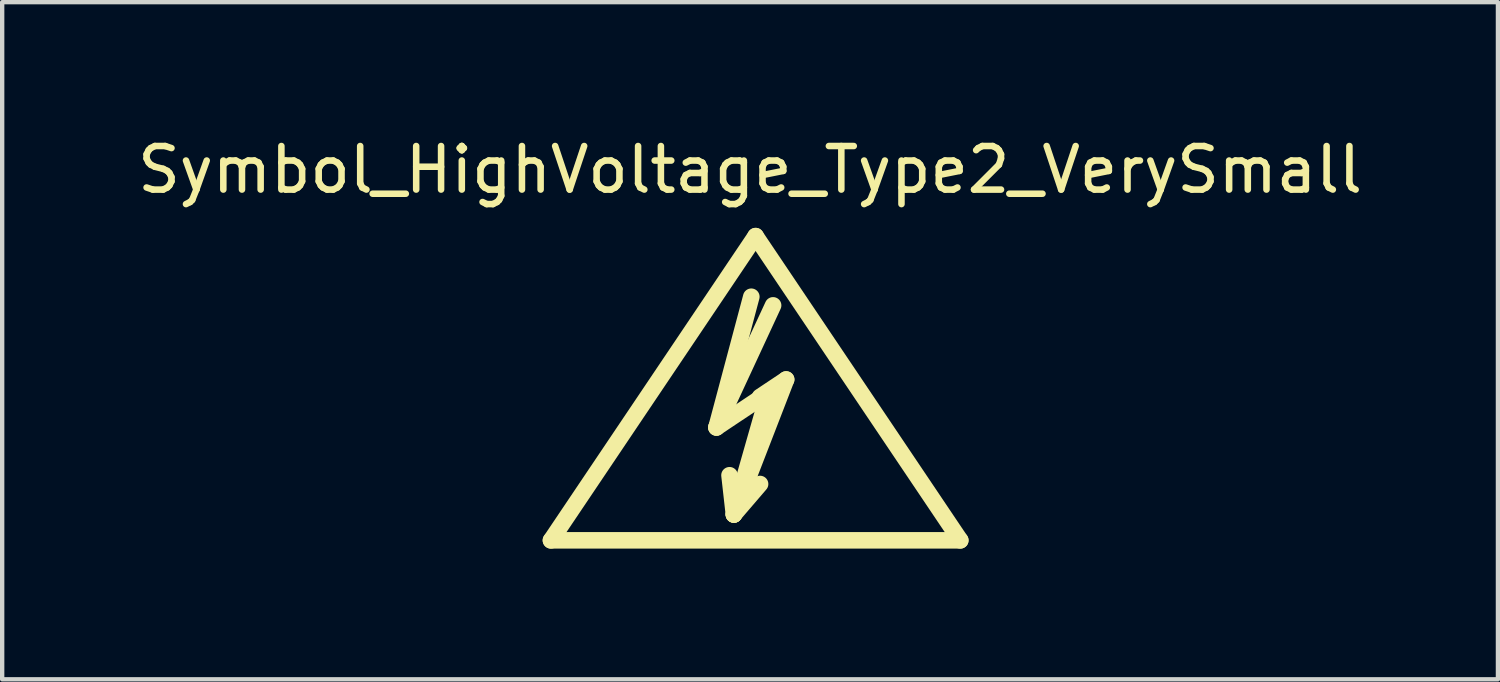
<source format=kicad_pcb>
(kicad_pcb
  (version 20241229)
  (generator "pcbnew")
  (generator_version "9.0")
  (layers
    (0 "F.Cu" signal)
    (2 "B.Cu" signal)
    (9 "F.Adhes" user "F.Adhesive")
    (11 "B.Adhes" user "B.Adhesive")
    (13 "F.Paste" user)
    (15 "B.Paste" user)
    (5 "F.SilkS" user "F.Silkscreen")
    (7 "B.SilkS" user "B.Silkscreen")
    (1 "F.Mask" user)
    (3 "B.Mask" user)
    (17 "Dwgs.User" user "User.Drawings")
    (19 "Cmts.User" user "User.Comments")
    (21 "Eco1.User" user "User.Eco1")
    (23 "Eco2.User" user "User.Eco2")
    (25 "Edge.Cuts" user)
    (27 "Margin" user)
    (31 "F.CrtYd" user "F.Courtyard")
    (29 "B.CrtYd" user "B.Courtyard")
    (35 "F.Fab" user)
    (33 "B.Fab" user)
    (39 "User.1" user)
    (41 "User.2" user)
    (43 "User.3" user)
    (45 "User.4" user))
  (footprint "Symbol_HighVoltage_Type2_VerySmall"
    (layer "F.Cu")
    (at 14.3 6.563)
    (property "Reference" "Symbol_HighVoltage_Type2_VerySmall" (at -0.127 -5.715 0) (layer "F.SilkS") (effects (font (size 1 1) (thickness 0.15))))
    (attr exclude_from_pos_files exclude_from_bom)
    (fp_line (start -4.699 2.794) (end 0 -4.191) (stroke (width 0.381) (type solid)) (layer "F.SilkS"))
    (fp_line (start -0.899 0.201) (end 0.3 -0.599) (stroke (width 0.381) (type solid)) (layer "F.SilkS"))
    (fp_line (start -0.899 0.201) (end 0.401 -2.601) (stroke (width 0.381) (type solid)) (layer "F.SilkS"))
    (fp_line (start -0.498 2.2) (end -0.599 1.3) (stroke (width 0.381) (type solid)) (layer "F.SilkS"))
    (fp_line (start -0.498 2.2) (end 0.102 1.501) (stroke (width 0.381) (type solid)) (layer "F.SilkS"))
    (fp_line (start -0.498 2.2) (end 0.701 -0.899) (stroke (width 0.381) (type solid)) (layer "F.SilkS"))
    (fp_line (start -0.099 -2.799) (end -0.899 0.201) (stroke (width 0.381) (type solid)) (layer "F.SilkS"))
    (fp_line (start 0 -4.191) (end 4.699 2.794) (stroke (width 0.381) (type solid)) (layer "F.SilkS"))
    (fp_line (start 0.3 -0.599) (end -0.498 2.2) (stroke (width 0.381) (type solid)) (layer "F.SilkS"))
    (fp_line (start 0.701 -0.899) (end 0.102 -0.5) (stroke (width 0.381) (type solid)) (layer "F.SilkS"))
    (fp_line (start 4.699 2.794) (end -4.699 2.794) (stroke (width 0.381) (type solid)) (layer "F.SilkS")))
  (gr_rect
    (start -3 -3)
    (end 31.345 12.548)
    (stroke (width 0.1) (type default))
    (fill no)
    (layer "Edge.Cuts")))
</source>
